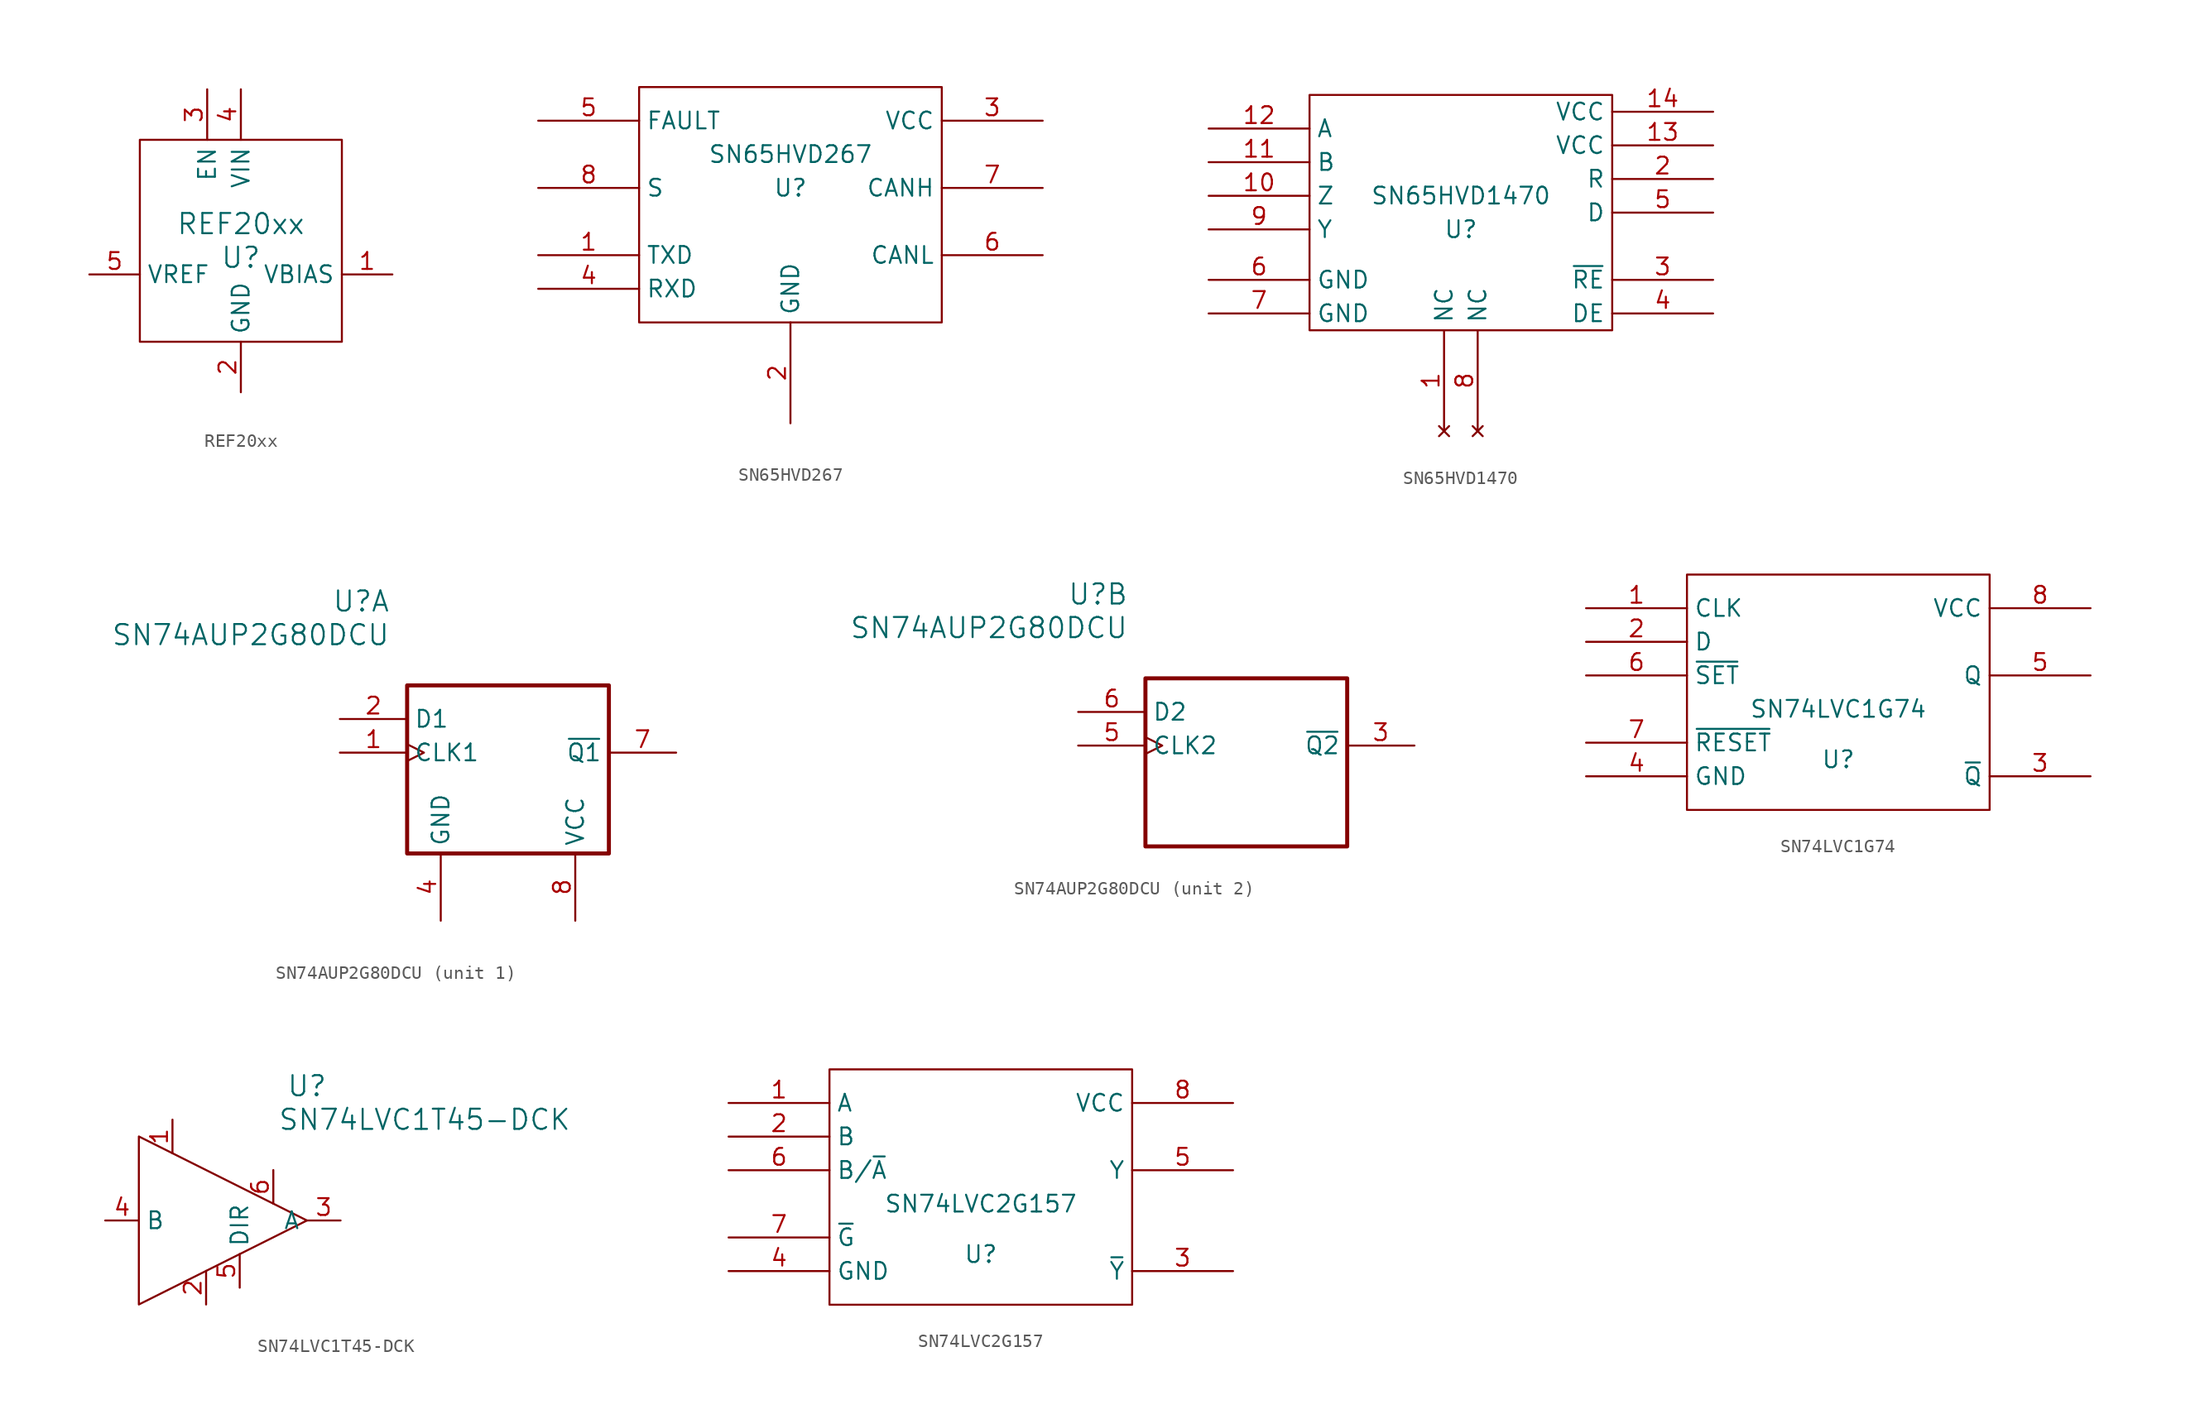
<source format=kicad_sym>
(kicad_symbol_lib
  (version 20200126)
  (host kicad_symbol_editor "(5.99.0-2195-g476558ece)")
  (symbol "ti:REF20xx"
    (property "Reference" "U"
      (at 0 -1.27 0)
      (effects (font (size 1.524 1.524))))
    (property "Value" "REF20xx"
      (at 0 1.27 0)
      (effects (font (size 1.524 1.524))))
    (property "Footprint" ""
      (at 0 -1.27 0)
      (effects (font (size 1.524 1.524))))
    (property "Datasheet" ""
      (at 0 -1.27 0)
      (effects (font (size 1.524 1.524))))
    (symbol "REF20xx_0_1"
      (rectangle (start -7.62 7.62) (end 7.62 -7.62) (stroke (width 0)) (fill (type none))))
    (symbol "REF20xx_1_1"
      (pin power_out line (at 11.43 -2.54 180) (length 3.81) (name "VBIAS" (effects (font (size 1.27 1.27)))) (number "1" (effects (font (size 1.27 1.27)))))
      (pin power_in line (at 0 -11.43 90) (length 3.81) (name "GND" (effects (font (size 1.27 1.27)))) (number "2" (effects (font (size 1.27 1.27)))))
      (pin input line (at -2.54 11.43 270) (length 3.81) (name "EN" (effects (font (size 1.27 1.27)))) (number "3" (effects (font (size 1.27 1.27)))))
      (pin power_in line (at 0 11.43 270) (length 3.81) (name "VIN" (effects (font (size 1.27 1.27)))) (number "4" (effects (font (size 1.27 1.27)))))
      (pin power_out line (at -11.43 -2.54 0) (length 3.81) (name "VREF" (effects (font (size 1.27 1.27)))) (number "5" (effects (font (size 1.27 1.27)))))))
  (symbol "ti:SN65HVD267"
    (property "Reference" "U"
      (at 0 1.27 0)
      (effects (font (size 1.27 1.27))))
    (property "Value" "SN65HVD267"
      (at 0 3.81 0)
      (effects (font (size 1.27 1.27))))
    (symbol "SN65HVD267_1_0"
      (rectangle (start -11.43 -8.89) (end 11.43 8.89) (stroke (width 0)) (fill (type none))))
    (symbol "SN65HVD267_1_1"
      (pin bidirectional line (at -19.05 -3.81 0) (length 7.62) (name "TXD" (effects (font (size 1.27 1.27)))) (number "1" (effects (font (size 1.27 1.27)))))
      (pin power_in line (at 0 -16.51 90) (length 7.62) (name "GND" (effects (font (size 1.27 1.27)))) (number "2" (effects (font (size 1.27 1.27)))))
      (pin power_in line (at 19.05 6.35 180) (length 7.62) (name "VCC" (effects (font (size 1.27 1.27)))) (number "3" (effects (font (size 1.27 1.27)))))
      (pin bidirectional line (at -19.05 -6.35 0) (length 7.62) (name "RXD" (effects (font (size 1.27 1.27)))) (number "4" (effects (font (size 1.27 1.27)))))
      (pin bidirectional line (at -19.05 6.35 0) (length 7.62) (name "FAULT" (effects (font (size 1.27 1.27)))) (number "5" (effects (font (size 1.27 1.27)))))
      (pin input line (at 19.05 -3.81 180) (length 7.62) (name "CANL" (effects (font (size 1.27 1.27)))) (number "6" (effects (font (size 1.27 1.27)))))
      (pin power_in line (at 19.05 1.27 180) (length 7.62) (name "CANH" (effects (font (size 1.27 1.27)))) (number "7" (effects (font (size 1.27 1.27)))))
      (pin bidirectional line (at -19.05 1.27 0) (length 7.62) (name "S" (effects (font (size 1.27 1.27)))) (number "8" (effects (font (size 1.27 1.27)))))))
  (symbol "ti:SN65HVD1470"
    (property "Reference" "U"
      (at 0 -1.27 0)
      (effects (font (size 1.27 1.27))))
    (property "Value" "SN65HVD1470"
      (at 0 1.27 0)
      (effects (font (size 1.27 1.27))))
    (symbol "SN65HVD1470_1_0"
      (rectangle (start -11.43 -8.89) (end 11.43 8.89) (stroke (width 0)) (fill (type none))))
    (symbol "SN65HVD1470_1_1"
      (pin unconnected line (at -1.27 -16.51 90) (length 7.62) (name "NC" (effects (font (size 1.27 1.27)))) (number "1" (effects (font (size 1.27 1.27)))))
      (pin output line (at -19.05 1.27 0) (length 7.62) (name "Z" (effects (font (size 1.27 1.27)))) (number "10" (effects (font (size 1.27 1.27)))))
      (pin input line (at -19.05 3.81 0) (length 7.62) (name "B" (effects (font (size 1.27 1.27)))) (number "11" (effects (font (size 1.27 1.27)))))
      (pin input line (at -19.05 6.35 0) (length 7.62) (name "A" (effects (font (size 1.27 1.27)))) (number "12" (effects (font (size 1.27 1.27)))))
      (pin power_in line (at 19.05 5.08 180) (length 7.62) (name "VCC" (effects (font (size 1.27 1.27)))) (number "13" (effects (font (size 1.27 1.27)))))
      (pin power_in line (at 19.05 7.62 180) (length 7.62) (name "VCC" (effects (font (size 1.27 1.27)))) (number "14" (effects (font (size 1.27 1.27)))))
      (pin output line (at 19.05 2.54 180) (length 7.62) (name "R" (effects (font (size 1.27 1.27)))) (number "2" (effects (font (size 1.27 1.27)))))
      (pin input line (at 19.05 -5.08 180) (length 7.62) (name "~RE" (effects (font (size 1.27 1.27)))) (number "3" (effects (font (size 1.27 1.27)))))
      (pin input line (at 19.05 -7.62 180) (length 7.62) (name "DE" (effects (font (size 1.27 1.27)))) (number "4" (effects (font (size 1.27 1.27)))))
      (pin input line (at 19.05 0 180) (length 7.62) (name "D" (effects (font (size 1.27 1.27)))) (number "5" (effects (font (size 1.27 1.27)))))
      (pin power_in line (at -19.05 -5.08 0) (length 7.62) (name "GND" (effects (font (size 1.27 1.27)))) (number "6" (effects (font (size 1.27 1.27)))))
      (pin power_in line (at -19.05 -7.62 0) (length 7.62) (name "GND" (effects (font (size 1.27 1.27)))) (number "7" (effects (font (size 1.27 1.27)))))
      (pin unconnected line (at 1.27 -16.51 90) (length 7.62) (name "NC" (effects (font (size 1.27 1.27)))) (number "8" (effects (font (size 1.27 1.27)))))
      (pin output line (at -19.05 -1.27 0) (length 7.62) (name "Y" (effects (font (size 1.27 1.27)))) (number "9" (effects (font (size 1.27 1.27)))))))
  (symbol "ti:SN74AUP2G80DCU"
    (property "Reference" "U"
      (at 3.81 11.43 0)
      (effects (font (size 1.524 1.524)) (justify right)))
    (property "Value" "SN74AUP2G80DCU"
      (at 3.81 8.89 0)
      (effects (font (size 1.524 1.524)) (justify right)))
    (property "Footprint" ""
      (at 0 5.08 0)
      (effects (font (size 1.524 1.524))))
    (property "Datasheet" ""
      (at 0 5.08 0)
      (effects (font (size 1.524 1.524))))
    (property "ki_locked" ""
      (at 0 0 0)
      (effects (font (size 1.27 1.27))))
    (symbol "SN74AUP2G80DCU_1_1"
      (rectangle (start 5.08 5.08) (end 20.32 -7.62) (stroke (width 0.305)) (fill (type none)))
      (pin input clock (at 0 0 0) (length 5.08) (name "CLK1" (effects (font (size 1.27 1.27)))) (number "1" (effects (font (size 1.27 1.27)))))
      (pin input line (at 0 2.54 0) (length 5.08) (name "D1" (effects (font (size 1.27 1.27)))) (number "2" (effects (font (size 1.27 1.27)))))
      (pin power_in line (at 7.62 -12.7 90) (length 5.08) (name "GND" (effects (font (size 1.27 1.27)))) (number "4" (effects (font (size 1.27 1.27)))))
      (pin output line (at 25.4 0 180) (length 5.08) (name "~Q1" (effects (font (size 1.27 1.27)))) (number "7" (effects (font (size 1.27 1.27)))))
      (pin power_in line (at 17.78 -12.7 90) (length 5.08) (name "VCC" (effects (font (size 1.27 1.27)))) (number "8" (effects (font (size 1.27 1.27))))))
    (symbol "SN74AUP2G80DCU_2_1"
      (rectangle (start 5.08 5.08) (end 20.32 -7.62) (stroke (width 0.305)) (fill (type none)))
      (pin output line (at 25.4 0 180) (length 5.08) (name "~Q2" (effects (font (size 1.27 1.27)))) (number "3" (effects (font (size 1.27 1.27)))))
      (pin input clock (at 0 0 0) (length 5.08) (name "CLK2" (effects (font (size 1.27 1.27)))) (number "5" (effects (font (size 1.27 1.27)))))
      (pin input line (at 0 2.54 0) (length 5.08) (name "D2" (effects (font (size 1.27 1.27)))) (number "6" (effects (font (size 1.27 1.27)))))))
  (symbol "ti:SN74LVC1G74"
    (property "Reference" "U"
      (at 0 -5.08 0)
      (effects (font (size 1.27 1.27))))
    (property "Value" "SN74LVC1G74"
      (at 0 -1.27 0)
      (effects (font (size 1.27 1.27))))
    (symbol "SN74LVC1G74_1_0"
      (rectangle (start -11.43 -8.89) (end 11.43 8.89) (stroke (width 0)) (fill (type none))))
    (symbol "SN74LVC1G74_1_1"
      (pin bidirectional line (at -19.05 6.35 0) (length 7.62) (name "CLK" (effects (font (size 1.27 1.27)))) (number "1" (effects (font (size 1.27 1.27)))))
      (pin power_in line (at -19.05 3.81 0) (length 7.62) (name "D" (effects (font (size 1.27 1.27)))) (number "2" (effects (font (size 1.27 1.27)))))
      (pin power_in line (at 19.05 -6.35 180) (length 7.62) (name "~Q" (effects (font (size 1.27 1.27)))) (number "3" (effects (font (size 1.27 1.27)))))
      (pin bidirectional line (at -19.05 -6.35 0) (length 7.62) (name "GND" (effects (font (size 1.27 1.27)))) (number "4" (effects (font (size 1.27 1.27)))))
      (pin bidirectional line (at 19.05 1.27 180) (length 7.62) (name "Q" (effects (font (size 1.27 1.27)))) (number "5" (effects (font (size 1.27 1.27)))))
      (pin input line (at -19.05 1.27 0) (length 7.62) (name "~SET" (effects (font (size 1.27 1.27)))) (number "6" (effects (font (size 1.27 1.27)))))
      (pin power_in line (at -19.05 -3.81 0) (length 7.62) (name "~RESET" (effects (font (size 1.27 1.27)))) (number "7" (effects (font (size 1.27 1.27)))))
      (pin bidirectional line (at 19.05 6.35 180) (length 7.62) (name "VCC" (effects (font (size 1.27 1.27)))) (number "8" (effects (font (size 1.27 1.27)))))))
  (symbol "ti:SN74LVC1T45-DCK"
    (property "Reference" "U"
      (at 7.62 10.16 0)
      (effects (font (size 1.524 1.524))))
    (property "Value" "SN74LVC1T45-DCK"
      (at 16.51 7.62 0)
      (effects (font (size 1.524 1.524))))
    (property "Footprint" ""
      (at 0 0 0)
      (effects (font (size 1.524 1.524))))
    (property "Datasheet" ""
      (at 0 0 0)
      (effects (font (size 1.524 1.524))))
    (symbol "SN74LVC1T45-DCK_0_1"
      (polyline (pts (xy -5.08 6.35) (xy -5.08 -6.35) (xy 7.62 0) (xy -5.08 6.35)) (stroke (width 0)) (fill (type none))))
    (symbol "SN74LVC1T45-DCK_1_1"
      (pin passive line (at -2.54 7.62 270) (length 2.54) (name "~" (effects (font (size 1.27 1.27)))) (number "1" (effects (font (size 1.27 1.27)))))
      (pin passive line (at 0 -6.35 90) (length 2.54) (name "~" (effects (font (size 1.27 1.27)))) (number "2" (effects (font (size 1.27 1.27)))))
      (pin bidirectional line (at 10.16 0 180) (length 2.54) (name "A" (effects (font (size 1.27 1.27)))) (number "3" (effects (font (size 1.27 1.27)))))
      (pin bidirectional line (at -7.62 0 0) (length 2.54) (name "B" (effects (font (size 1.27 1.27)))) (number "4" (effects (font (size 1.27 1.27)))))
      (pin input line (at 2.54 -5.08 90) (length 2.54) (name "DIR" (effects (font (size 1.27 1.27)))) (number "5" (effects (font (size 1.27 1.27)))))
      (pin passive line (at 5.08 3.81 270) (length 2.54) (name "~" (effects (font (size 1.27 1.27)))) (number "6" (effects (font (size 1.27 1.27)))))))
  (symbol "ti:SN74LVC2G157"
    (property "Reference" "U"
      (at 0 -5.08 0)
      (effects (font (size 1.27 1.27))))
    (property "Value" "SN74LVC2G157"
      (at 0 -1.27 0)
      (effects (font (size 1.27 1.27))))
    (symbol "SN74LVC2G157_1_0"
      (rectangle (start -11.43 -8.89) (end 11.43 8.89) (stroke (width 0)) (fill (type none))))
    (symbol "SN74LVC2G157_1_1"
      (pin bidirectional line (at -19.05 6.35 0) (length 7.62) (name "A" (effects (font (size 1.27 1.27)))) (number "1" (effects (font (size 1.27 1.27)))))
      (pin power_in line (at -19.05 3.81 0) (length 7.62) (name "B" (effects (font (size 1.27 1.27)))) (number "2" (effects (font (size 1.27 1.27)))))
      (pin power_in line (at 19.05 -6.35 180) (length 7.62) (name "~Y" (effects (font (size 1.27 1.27)))) (number "3" (effects (font (size 1.27 1.27)))))
      (pin bidirectional line (at -19.05 -6.35 0) (length 7.62) (name "GND" (effects (font (size 1.27 1.27)))) (number "4" (effects (font (size 1.27 1.27)))))
      (pin bidirectional line (at 19.05 1.27 180) (length 7.62) (name "Y" (effects (font (size 1.27 1.27)))) (number "5" (effects (font (size 1.27 1.27)))))
      (pin input line (at -19.05 1.27 0) (length 7.62) (name "B/~A" (effects (font (size 1.27 1.27)))) (number "6" (effects (font (size 1.27 1.27)))))
      (pin power_in line (at -19.05 -3.81 0) (length 7.62) (name "~G" (effects (font (size 1.27 1.27)))) (number "7" (effects (font (size 1.27 1.27)))))
      (pin bidirectional line (at 19.05 6.35 180) (length 7.62) (name "VCC" (effects (font (size 1.27 1.27)))) (number "8" (effects (font (size 1.27 1.27))))))))
</source>
